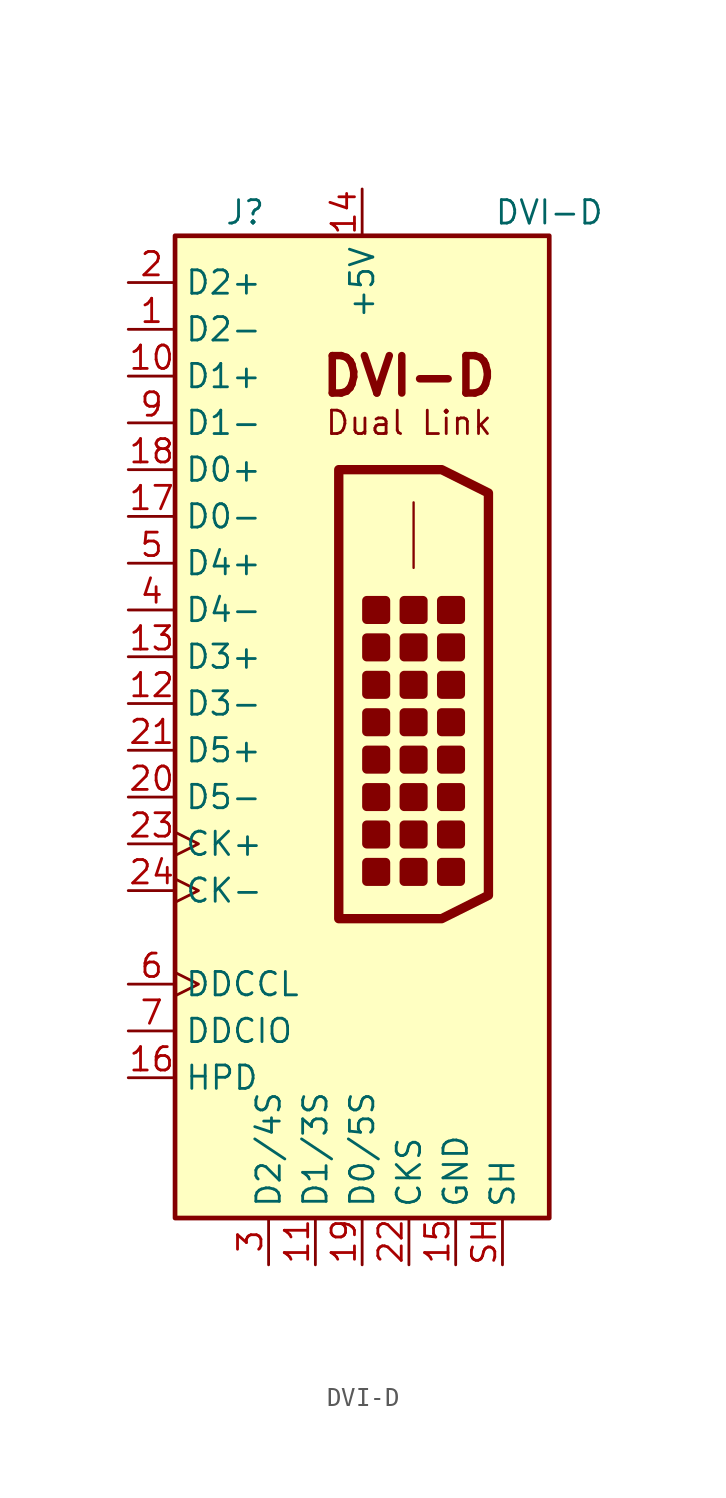
<source format=kicad_sym>
(kicad_symbol_lib
  (version 20231120)
  (generator "kicad_symbol_editor")
  (generator_version "8.0")
  (symbol "DVI-D"
    (property "Reference" "J"
      (at -6.35 29.21 0)
      (effects (font (size 1.27 1.27))))
    (property "Value" "DVI-D"
      (at 10.16 29.21 0)
      (effects (font (size 1.27 1.27))))
    (symbol "DVI-D_0_0"
      (polyline (pts (xy -1.27 15.24) (xy 4.318 15.24) (xy 6.858 13.97) (xy 6.858 -7.874) (xy 4.318 -9.144) (xy -1.27 -9.144) (xy -1.27 15.24)) (stroke (width 0.508) (type solid)) (fill (type none)))
      (text "Dual Link" (at 2.54 17.78 0) (effects (font (size 1.27 1.27))))
      (text "DVI-D" (at 2.54 20.32 0) (effects (font (size 2.032 2.032) (bold yes)))))
    (symbol "DVI-D_1_1"
      (rectangle (start -10.16 27.94) (end 10.16 -25.4) (stroke (width 0.254) (type solid)) (fill (type background)))
      (polyline (pts (xy 2.794 13.462) (xy 2.794 9.906)) (stroke (width 0.127) (type solid)) (fill (type none)))
      (rectangle (start 0.254 -6.096) (end 1.27 -7.112) (stroke (width 0.508) (type solid)) (fill (type outline)))
      (rectangle (start 0.254 -4.064) (end 1.27 -5.08) (stroke (width 0.508) (type solid)) (fill (type outline)))
      (rectangle (start 0.254 -2.032) (end 1.27 -3.048) (stroke (width 0.508) (type solid)) (fill (type outline)))
      (rectangle (start 0.254 0) (end 1.27 -1.016) (stroke (width 0.508) (type solid)) (fill (type outline)))
      (rectangle (start 0.254 2.032) (end 1.27 1.016) (stroke (width 0.508) (type solid)) (fill (type outline)))
      (rectangle (start 0.254 4.064) (end 1.27 3.048) (stroke (width 0.508) (type solid)) (fill (type outline)))
      (rectangle (start 0.254 6.096) (end 1.27 5.08) (stroke (width 0.508) (type solid)) (fill (type outline)))
      (rectangle (start 0.254 8.128) (end 1.27 7.112) (stroke (width 0.508) (type solid)) (fill (type outline)))
      (rectangle (start 2.286 -6.096) (end 3.302 -7.112) (stroke (width 0.508) (type solid)) (fill (type outline)))
      (rectangle (start 2.286 -4.064) (end 3.302 -5.08) (stroke (width 0.508) (type solid)) (fill (type outline)))
      (rectangle (start 2.286 -2.032) (end 3.302 -3.048) (stroke (width 0.508) (type solid)) (fill (type outline)))
      (rectangle (start 2.286 0) (end 3.302 -1.016) (stroke (width 0.508) (type solid)) (fill (type outline)))
      (rectangle (start 2.286 2.032) (end 3.302 1.016) (stroke (width 0.508) (type solid)) (fill (type outline)))
      (rectangle (start 2.286 4.064) (end 3.302 3.048) (stroke (width 0.508) (type solid)) (fill (type outline)))
      (rectangle (start 2.286 6.096) (end 3.302 5.08) (stroke (width 0.508) (type solid)) (fill (type outline)))
      (rectangle (start 2.286 8.128) (end 3.302 7.112) (stroke (width 0.508) (type solid)) (fill (type outline)))
      (rectangle (start 4.318 -6.096) (end 5.334 -7.112) (stroke (width 0.508) (type solid)) (fill (type outline)))
      (rectangle (start 4.318 -4.064) (end 5.334 -5.08) (stroke (width 0.508) (type solid)) (fill (type outline)))
      (rectangle (start 4.318 -2.032) (end 5.334 -3.048) (stroke (width 0.508) (type solid)) (fill (type outline)))
      (rectangle (start 4.318 0) (end 5.334 -1.016) (stroke (width 0.508) (type solid)) (fill (type outline)))
      (rectangle (start 4.318 2.032) (end 5.334 1.016) (stroke (width 0.508) (type solid)) (fill (type outline)))
      (rectangle (start 4.318 4.064) (end 5.334 3.048) (stroke (width 0.508) (type solid)) (fill (type outline)))
      (rectangle (start 4.318 6.096) (end 5.334 5.08) (stroke (width 0.508) (type solid)) (fill (type outline)))
      (rectangle (start 4.318 8.128) (end 5.334 7.112) (stroke (width 0.508) (type solid)) (fill (type outline)))
      (pin passive line (at -12.7 22.86 0) (length 2.54) (name "D2-" (effects (font (size 1.27 1.27)))) (number "1" (effects (font (size 1.27 1.27)))))
      (pin passive line (at -12.7 20.32 0) (length 2.54) (name "D1+" (effects (font (size 1.27 1.27)))) (number "10" (effects (font (size 1.27 1.27)))))
      (pin passive line (at -2.54 -27.94 90) (length 2.54) (name "D1/3S" (effects (font (size 1.27 1.27)))) (number "11" (effects (font (size 1.27 1.27)))))
      (pin passive line (at -12.7 2.54 0) (length 2.54) (name "D3-" (effects (font (size 1.27 1.27)))) (number "12" (effects (font (size 1.27 1.27)))))
      (pin passive line (at -12.7 5.08 0) (length 2.54) (name "D3+" (effects (font (size 1.27 1.27)))) (number "13" (effects (font (size 1.27 1.27)))))
      (pin power_in line (at 0 30.48 270) (length 2.54) (name "+5V" (effects (font (size 1.27 1.27)))) (number "14" (effects (font (size 1.27 1.27)))))
      (pin power_in line (at 5.08 -27.94 90) (length 2.54) (name "GND" (effects (font (size 1.27 1.27)))) (number "15" (effects (font (size 1.27 1.27)))))
      (pin passive line (at -12.7 -17.78 0) (length 2.54) (name "HPD" (effects (font (size 1.27 1.27)))) (number "16" (effects (font (size 1.27 1.27)))))
      (pin passive line (at -12.7 12.7 0) (length 2.54) (name "D0-" (effects (font (size 1.27 1.27)))) (number "17" (effects (font (size 1.27 1.27)))))
      (pin passive line (at -12.7 15.24 0) (length 2.54) (name "D0+" (effects (font (size 1.27 1.27)))) (number "18" (effects (font (size 1.27 1.27)))))
      (pin passive line (at 0 -27.94 90) (length 2.54) (name "D0/5S" (effects (font (size 1.27 1.27)))) (number "19" (effects (font (size 1.27 1.27)))))
      (pin passive line (at -12.7 25.4 0) (length 2.54) (name "D2+" (effects (font (size 1.27 1.27)))) (number "2" (effects (font (size 1.27 1.27)))))
      (pin passive line (at -12.7 -2.54 0) (length 2.54) (name "D5-" (effects (font (size 1.27 1.27)))) (number "20" (effects (font (size 1.27 1.27)))))
      (pin passive line (at -12.7 0 0) (length 2.54) (name "D5+" (effects (font (size 1.27 1.27)))) (number "21" (effects (font (size 1.27 1.27)))))
      (pin passive line (at 2.54 -27.94 90) (length 2.54) (name "CKS" (effects (font (size 1.27 1.27)))) (number "22" (effects (font (size 1.27 1.27)))))
      (pin passive clock (at -12.7 -5.08 0) (length 2.54) (name "CK+" (effects (font (size 1.27 1.27)))) (number "23" (effects (font (size 1.27 1.27)))))
      (pin passive clock (at -12.7 -7.62 0) (length 2.54) (name "CK-" (effects (font (size 1.27 1.27)))) (number "24" (effects (font (size 1.27 1.27)))))
      (pin passive line (at -5.08 -27.94 90) (length 2.54) (name "D2/4S" (effects (font (size 1.27 1.27)))) (number "3" (effects (font (size 1.27 1.27)))))
      (pin passive line (at -12.7 7.62 0) (length 2.54) (name "D4-" (effects (font (size 1.27 1.27)))) (number "4" (effects (font (size 1.27 1.27)))))
      (pin passive line (at -12.7 10.16 0) (length 2.54) (name "D4+" (effects (font (size 1.27 1.27)))) (number "5" (effects (font (size 1.27 1.27)))))
      (pin passive clock (at -12.7 -12.7 0) (length 2.54) (name "DDCCL" (effects (font (size 1.27 1.27)))) (number "6" (effects (font (size 1.27 1.27)))))
      (pin bidirectional line (at -12.7 -15.24 0) (length 2.54) (name "DDCIO" (effects (font (size 1.27 1.27)))) (number "7" (effects (font (size 1.27 1.27)))))
      (pin passive line (at -12.7 17.78 0) (length 2.54) (name "D1-" (effects (font (size 1.27 1.27)))) (number "9" (effects (font (size 1.27 1.27)))))
      (pin passive line (at 7.62 -27.94 90) (length 2.54) (name "SH" (effects (font (size 1.27 1.27)))) (number "SH" (effects (font (size 1.27 1.27))))))))
</source>
